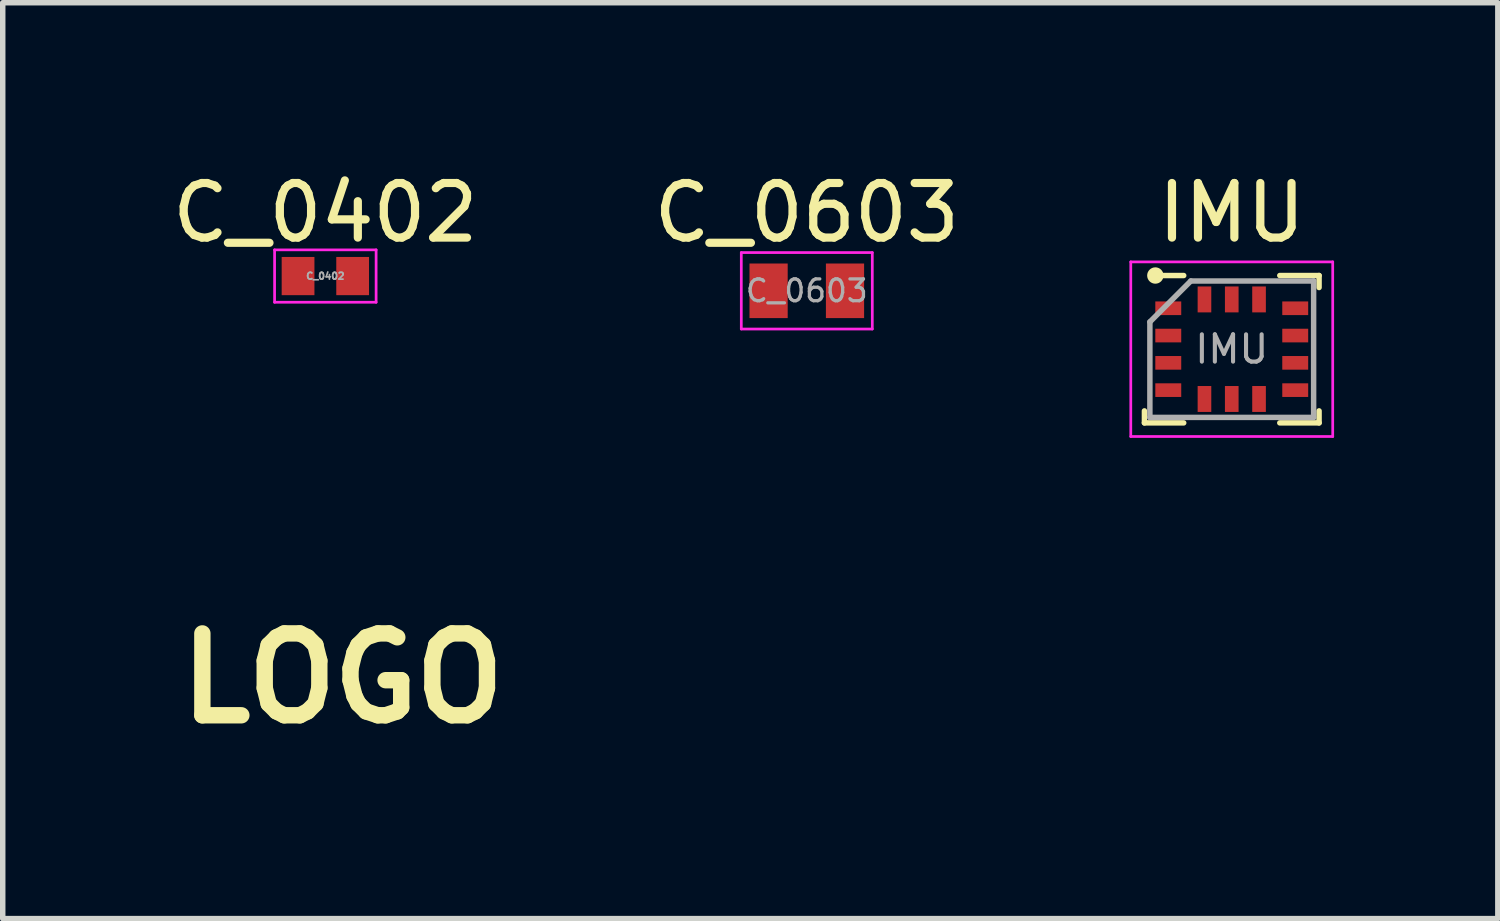
<source format=kicad_pcb>
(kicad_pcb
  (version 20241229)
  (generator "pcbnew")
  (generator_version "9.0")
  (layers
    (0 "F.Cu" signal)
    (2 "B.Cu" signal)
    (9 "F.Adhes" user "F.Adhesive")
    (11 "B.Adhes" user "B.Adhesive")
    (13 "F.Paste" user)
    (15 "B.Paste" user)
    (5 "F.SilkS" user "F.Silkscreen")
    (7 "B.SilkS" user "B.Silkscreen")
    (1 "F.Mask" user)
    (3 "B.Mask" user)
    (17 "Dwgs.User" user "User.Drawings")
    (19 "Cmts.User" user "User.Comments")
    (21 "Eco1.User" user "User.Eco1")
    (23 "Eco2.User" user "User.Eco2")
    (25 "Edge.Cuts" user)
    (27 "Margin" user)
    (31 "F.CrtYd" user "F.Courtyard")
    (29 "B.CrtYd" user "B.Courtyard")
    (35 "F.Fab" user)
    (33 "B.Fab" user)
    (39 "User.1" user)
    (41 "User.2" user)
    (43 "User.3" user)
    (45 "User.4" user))
  (footprint "C_0603"
    (layer "F.Cu")
    (at 11.732 2.278)
    (property "Reference" "C_0603" (at 0 -1.43 180) (layer "F.SilkS") (effects (font (size 1 1) (thickness 0.15))))
    (attr smd)
    (fp_line (start -1.2 -0.7) (end 1.2 -0.7) (stroke (width 0.05) (type solid)) (layer "F.CrtYd"))
    (fp_line (start -1.2 0.7) (end -1.2 -0.7) (stroke (width 0.05) (type solid)) (layer "F.CrtYd"))
    (fp_line (start 1.2 -0.7) (end 1.2 0.7) (stroke (width 0.05) (type solid)) (layer "F.CrtYd"))
    (fp_line (start 1.2 0.7) (end -1.2 0.7) (stroke (width 0.05) (type solid)) (layer "F.CrtYd"))
    (fp_text user "${REFERENCE}" (at 0 0 180) (layer "F.Fab") (effects (font (size 0.4 0.4) (thickness 0.06))))
    (pad "1" smd rect (at -0.7 0) (size 0.7 1) (layers "F.Cu" "F.Mask" "F.Paste"))
    (pad "2" smd rect (at 0.7 0) (size 0.7 1) (layers "F.Cu" "F.Mask" "F.Paste")))
  (footprint "IMU"
    (layer "F.Cu")
    (at 19.518 3.348)
    (property "Reference" "IMU" (at 0 -2.5 0) (layer "F.SilkS") (effects (font (size 1 1) (thickness 0.15))))
    (attr smd)
    (fp_line (start -1.6 1.35) (end -1.6 1.13) (stroke (width 0.1) (type solid)) (layer "F.SilkS"))
    (fp_line (start -1.6 1.35) (end -0.88 1.35) (stroke (width 0.1) (type solid)) (layer "F.SilkS"))
    (fp_line (start -1.4 -1.35) (end -0.88 -1.35) (stroke (width 0.1) (type solid)) (layer "F.SilkS"))
    (fp_line (start 0.88 -1.35) (end 1.6 -1.35) (stroke (width 0.1) (type solid)) (layer "F.SilkS"))
    (fp_line (start 1.6 -1.35) (end 1.6 -1.13) (stroke (width 0.1) (type solid)) (layer "F.SilkS"))
    (fp_line (start 1.6 1.13) (end 1.6 1.35) (stroke (width 0.1) (type solid)) (layer "F.SilkS"))
    (fp_line (start 1.6 1.35) (end 0.88 1.35) (stroke (width 0.1) (type solid)) (layer "F.SilkS"))
    (fp_circle (center -1.4 -1.35) (end -1.3 -1.35) (stroke (width 0.1) (type solid)) (fill yes) (layer "F.SilkS"))
    (fp_line (start -1.85 -1.6) (end 1.85 -1.6) (stroke (width 0.05) (type solid)) (layer "F.CrtYd"))
    (fp_line (start -1.85 1.6) (end -1.85 -1.6) (stroke (width 0.05) (type solid)) (layer "F.CrtYd"))
    (fp_line (start 1.85 -1.6) (end 1.85 1.6) (stroke (width 0.05) (type solid)) (layer "F.CrtYd"))
    (fp_line (start 1.85 1.6) (end -1.85 1.6) (stroke (width 0.05) (type solid)) (layer "F.CrtYd"))
    (fp_line (start -1.5 1.25) (end -1.5 -0.5) (stroke (width 0.1) (type solid)) (layer "F.Fab"))
    (fp_line (start -0.75 -1.25) (end -1.5 -0.5) (stroke (width 0.1) (type solid)) (layer "F.Fab"))
    (fp_line (start -0.75 -1.25) (end 1.5 -1.25) (stroke (width 0.1) (type solid)) (layer "F.Fab"))
    (fp_line (start 1.5 -1.25) (end 1.5 1.25) (stroke (width 0.1) (type solid)) (layer "F.Fab"))
    (fp_line (start 1.5 1.25) (end -1.5 1.25) (stroke (width 0.1) (type solid)) (layer "F.Fab"))
    (fp_text user "${REFERENCE}" (at 0 0 0) (layer "F.Fab") (effects (font (size 0.5 0.5) (thickness 0.075))))
    (pad "1" smd rect (at -1.163 -0.75) (size 0.475 0.25) (layers "F.Cu" "F.Mask" "F.Paste"))
    (pad "2" smd rect (at -1.163 -0.25) (size 0.475 0.25) (layers "F.Cu" "F.Mask" "F.Paste"))
    (pad "3" smd rect (at -1.163 0.25) (size 0.475 0.25) (layers "F.Cu" "F.Mask" "F.Paste"))
    (pad "4" smd rect (at -1.163 0.75) (size 0.475 0.25) (layers "F.Cu" "F.Mask" "F.Paste"))
    (pad "5" smd rect (at -0.5 0.912) (size 0.25 0.475) (layers "F.Cu" "F.Mask" "F.Paste"))
    (pad "6" smd rect (at 0 0.912) (size 0.25 0.475) (layers "F.Cu" "F.Mask" "F.Paste"))
    (pad "7" smd rect (at 0.5 0.912) (size 0.25 0.475) (layers "F.Cu" "F.Mask" "F.Paste"))
    (pad "8" smd rect (at 1.163 0.75) (size 0.475 0.25) (layers "F.Cu" "F.Mask" "F.Paste"))
    (pad "9" smd rect (at 1.163 0.25) (size 0.475 0.25) (layers "F.Cu" "F.Mask" "F.Paste"))
    (pad "10" smd rect (at 1.163 -0.25) (size 0.475 0.25) (layers "F.Cu" "F.Mask" "F.Paste"))
    (pad "11" smd rect (at 1.163 -0.75) (size 0.475 0.25) (layers "F.Cu" "F.Mask" "F.Paste"))
    (pad "12" smd rect (at 0.5 -0.912) (size 0.25 0.475) (layers "F.Cu" "F.Mask" "F.Paste"))
    (pad "13" smd rect (at 0 -0.912) (size 0.25 0.475) (layers "F.Cu" "F.Mask" "F.Paste"))
    (pad "14" smd rect (at -0.5 -0.912) (size 0.25 0.475) (layers "F.Cu" "F.Mask" "F.Paste"))
    (zone (net_name "") (layer "F.Cu") (hatch edge 0.5) (connect_pads) (min_thickness 0.25) (filled_areas_thickness no) (keepout (tracks allowed) (vias allowed) (pads allowed) (copperpour not_allowed) (footprints allowed)) (placement (enabled no)) (fill) (polygon (pts (xy 21.068 2.048) (xy 21.068 4.648) (xy 17.968 4.648) (xy 17.968 2.048)))))
  (footprint "LOGO"
    (layer "F.Cu")
    (at 3.229 9.377)
    (property "Reference" "LOGO" (at 0 0 0) (layer "F.SilkS") (effects (font (size 1.5 1.5) (thickness 0.3))))
    (attr board_only exclude_from_pos_files exclude_from_bom)
    (fp_poly (pts (xy -0.354 -1.269) (xy -0.25 -1.257) (xy -0.144 -1.236) (xy -0.036 -1.205) (xy 0.073 -1.166) (xy 0.182 -1.117) (xy 0.261 -1.077) (xy 0.286 -1.063) (xy 0.309 -1.05) (xy 0.327 -1.039) (xy 0.334 -1.035) (xy 0.348 -1.026) (xy 0.369 -1.013) (xy 0.392 -0.998) (xy 0.403 -0.99) (xy 0.5 -0.923) (xy 0.596 -0.846) (xy 0.691 -0.76) (xy 0.782 -0.667) (xy 0.869 -0.569) (xy 0.95 -0.466) (xy 0.992 -0.407) (xy 1.032 -0.345) (xy 1.073 -0.274) (xy 1.112 -0.2) (xy 1.148 -0.125) (xy 1.178 -0.054) (xy 1.186 -0.034) (xy 1.221 0.073) (xy 1.248 0.179) (xy 1.265 0.284) (xy 1.273 0.386) (xy 1.272 0.485) (xy 1.261 0.58) (xy 1.242 0.669) (xy 1.213 0.753) (xy 1.197 0.787) (xy 1.154 0.864) (xy 1.102 0.933) (xy 1.042 0.994) (xy 0.974 1.047) (xy 0.899 1.09) (xy 0.817 1.126) (xy 0.729 1.151) (xy 0.635 1.168) (xy 0.539 1.175) (xy 0.506 1.175) (xy 0.474 1.176) (xy 0.448 1.175) (xy 0.43 1.175) (xy 0.425 1.174) (xy 0.389 1.17) (xy 0.35 1.164) (xy 0.311 1.157) (xy 0.272 1.15) (xy 0.238 1.143) (xy 0.209 1.136) (xy 0.187 1.129) (xy 0.174 1.124) (xy 0.174 1.123) (xy 0.169 1.116) (xy 0.161 1.099) (xy 0.15 1.076) (xy 0.139 1.047) (xy 0.132 1.029) (xy 0.113 0.979) (xy 0.098 0.938) (xy 0.085 0.905) (xy 0.074 0.877) (xy 0.065 0.852) (xy 0.056 0.829) (xy 0.047 0.806) (xy 0.041 0.791) (xy 0.018 0.73) (xy 0.031 0.719) (xy 0.04 0.711) (xy 0.057 0.699) (xy 0.079 0.683) (xy 0.104 0.664) (xy 0.113 0.658) (xy 0.143 0.637) (xy 0.166 0.622) (xy 0.182 0.614) (xy 0.192 0.611) (xy 0.195 0.611) (xy 0.206 0.615) (xy 0.225 0.621) (xy 0.248 0.629) (xy 0.261 0.633) (xy 0.351 0.661) (xy 0.439 0.68) (xy 0.522 0.689) (xy 0.601 0.689) (xy 0.675 0.679) (xy 0.743 0.661) (xy 0.805 0.633) (xy 0.861 0.596) (xy 0.895 0.565) (xy 0.936 0.515) (xy 0.969 0.458) (xy 0.993 0.393) (xy 0.996 0.379) (xy 1.002 0.346) (xy 1.006 0.304) (xy 1.008 0.258) (xy 1.008 0.21) (xy 1.005 0.163) (xy 1.001 0.121) (xy 1 0.117) (xy 0.979 0.024) (xy 0.949 -0.071) (xy 0.908 -0.168) (xy 0.858 -0.265) (xy 0.799 -0.361) (xy 0.733 -0.455) (xy 0.66 -0.546) (xy 0.581 -0.634) (xy 0.496 -0.717) (xy 0.406 -0.794) (xy 0.312 -0.865) (xy 0.287 -0.882) (xy 0.182 -0.948) (xy 0.079 -1.003) (xy -0.024 -1.049) (xy -0.13 -1.086) (xy -0.239 -1.116) (xy -0.287 -1.126) (xy -0.337 -1.133) (xy -0.392 -1.138) (xy -0.452 -1.14) (xy -0.511 -1.14) (xy -0.568 -1.137) (xy -0.618 -1.131) (xy -0.644 -1.126) (xy -0.735 -1.101) (xy -0.817 -1.067) (xy -0.892 -1.025) (xy -0.958 -0.974) (xy -1.017 -0.914) (xy -1.068 -0.846) (xy -1.098 -0.797) (xy -1.13 -0.728) (xy -1.154 -0.651) (xy -1.17 -0.57) (xy -1.179 -0.486) (xy -1.178 -0.401) (xy -1.175 -0.359) (xy -1.173 -0.339) (xy -1.174 -0.329) (xy -1.177 -0.329) (xy -1.181 -0.338) (xy -1.185 -0.355) (xy -1.189 -0.377) (xy -1.192 -0.412) (xy -1.195 -0.455) (xy -1.195 -0.503) (xy -1.195 -0.552) (xy -1.193 -0.599) (xy -1.19 -0.64) (xy -1.186 -0.67) (xy -1.165 -0.764) (xy -1.134 -0.852) (xy -1.094 -0.934) (xy -1.076 -0.963) (xy -1.056 -0.99) (xy -1.03 -1.022) (xy -0.998 -1.055) (xy -0.965 -1.087) (xy -0.932 -1.117) (xy -0.902 -1.14) (xy -0.893 -1.146) (xy -0.817 -1.19) (xy -0.734 -1.224) (xy -0.646 -1.25) (xy -0.553 -1.265) (xy -0.456 -1.272)) (stroke (width 0) (type solid)) (fill yes) (layer "F.Mask"))
    (fp_poly (pts (xy -0.432 -0.279) (xy -0.403 -0.268) (xy -0.385 -0.253) (xy -0.379 -0.246) (xy -0.373 -0.236) (xy -0.366 -0.222) (xy -0.358 -0.203) (xy -0.348 -0.179) (xy -0.337 -0.148) (xy -0.323 -0.111) (xy -0.308 -0.066) (xy -0.29 -0.012) (xy -0.269 0.051) (xy -0.245 0.124) (xy -0.234 0.157) (xy -0.225 0.184) (xy -0.216 0.207) (xy -0.209 0.223) (xy -0.205 0.231) (xy -0.205 0.232) (xy -0.198 0.233) (xy -0.181 0.233) (xy -0.154 0.234) (xy -0.119 0.235) (xy -0.078 0.236) (xy -0.031 0.237) (xy 0.019 0.238) (xy 0.045 0.238) (xy 0.099 0.239) (xy 0.149 0.24) (xy 0.194 0.241) (xy 0.234 0.242) (xy 0.267 0.244) (xy 0.291 0.245) (xy 0.306 0.246) (xy 0.309 0.247) (xy 0.325 0.255) (xy 0.341 0.268) (xy 0.345 0.273) (xy 0.355 0.285) (xy 0.361 0.297) (xy 0.363 0.312) (xy 0.363 0.334) (xy 0.362 0.359) (xy 0.359 0.376) (xy 0.353 0.386) (xy 0.349 0.39) (xy 0.342 0.396) (xy 0.332 0.404) (xy 0.317 0.415) (xy 0.297 0.43) (xy 0.271 0.449) (xy 0.239 0.472) (xy 0.2 0.5) (xy 0.154 0.533) (xy 0.1 0.573) (xy 0.036 0.618) (xy 0.034 0.62) (xy 0.002 0.642) (xy -0.025 0.663) (xy -0.048 0.681) (xy -0.065 0.694) (xy -0.074 0.703) (xy -0.076 0.705) (xy -0.076 0.707) (xy -0.075 0.71) (xy -0.074 0.715) (xy -0.072 0.722) (xy -0.068 0.732) (xy -0.062 0.748) (xy -0.054 0.769) (xy -0.044 0.797) (xy -0.03 0.833) (xy -0.013 0.878) (xy 0.007 0.932) (xy 0.024 0.977) (xy 0.04 1.02) (xy 0.055 1.061) (xy 0.068 1.095) (xy 0.077 1.124) (xy 0.084 1.143) (xy 0.086 1.149) (xy 0.096 1.188) (xy 0.082 1.217) (xy 0.063 1.245) (xy 0.04 1.263) (xy 0.011 1.271) (xy -0.004 1.272) (xy -0.025 1.271) (xy -0.042 1.268) (xy -0.048 1.265) (xy -0.056 1.26) (xy -0.074 1.248) (xy -0.101 1.23) (xy -0.135 1.205) (xy -0.178 1.176) (xy -0.228 1.14) (xy -0.285 1.1) (xy -0.348 1.055) (xy -0.372 1.038) (xy -0.398 1.02) (xy -0.421 1.004) (xy -0.439 0.993) (xy -0.451 0.986) (xy -0.454 0.985) (xy -0.46 0.988) (xy -0.475 0.997) (xy -0.495 1.011) (xy -0.52 1.028) (xy -0.539 1.041) (xy -0.602 1.086) (xy -0.655 1.124) (xy -0.701 1.157) (xy -0.739 1.184) (xy -0.77 1.206) (xy -0.796 1.223) (xy -0.816 1.237) (xy -0.831 1.247) (xy -0.842 1.255) (xy -0.85 1.26) (xy -0.854 1.262) (xy -0.878 1.27) (xy -0.905 1.271) (xy -0.932 1.268) (xy -0.952 1.259) (xy -0.974 1.241) (xy -0.987 1.222) (xy -0.992 1.199) (xy -0.993 1.178) (xy -0.993 1.17) (xy -0.993 1.161) (xy -0.992 1.152) (xy -0.99 1.142) (xy -0.987 1.129) (xy -0.983 1.112) (xy -0.976 1.091) (xy -0.968 1.065) (xy -0.958 1.032) (xy -0.945 0.992) (xy -0.93 0.944) (xy -0.911 0.888) (xy -0.889 0.821) (xy -0.881 0.795) (xy -0.871 0.763) (xy -0.862 0.736) (xy -0.855 0.714) (xy -0.851 0.699) (xy -0.851 0.695) (xy -0.856 0.691) (xy -0.869 0.681) (xy -0.887 0.668) (xy -0.905 0.654) (xy -0.932 0.635) (xy -0.964 0.612) (xy -0.996 0.588) (xy -1.023 0.569) (xy -1.052 0.548) (xy -1.086 0.522) (xy -1.122 0.496) (xy -1.157 0.471) (xy -1.166 0.464) (xy -1.194 0.443) (xy -1.219 0.423) (xy -1.24 0.406) (xy -1.254 0.393) (xy -1.259 0.387) (xy -1.269 0.362) (xy -1.272 0.332) (xy -1.268 0.303) (xy -1.257 0.281) (xy -1.251 0.272) (xy -1.245 0.264) (xy -1.238 0.258) (xy -1.229 0.253) (xy -1.216 0.249) (xy -1.2 0.246) (xy -1.178 0.244) (xy -1.149 0.242) (xy -1.113 0.241) (xy -1.069 0.24) (xy -1.015 0.24) (xy -0.954 0.239) (xy -0.901 0.238) (xy -0.852 0.238) (xy -0.807 0.237) (xy -0.769 0.236) (xy -0.738 0.235) (xy -0.715 0.234) (xy -0.702 0.234) (xy -0.7 0.233) (xy -0.697 0.227) (xy -0.692 0.211) (xy -0.683 0.186) (xy -0.672 0.154) (xy -0.658 0.115) (xy -0.643 0.071) (xy -0.627 0.022) (xy -0.618 -0.004) (xy -0.598 -0.062) (xy -0.582 -0.109) (xy -0.569 -0.148) (xy -0.558 -0.178) (xy -0.549 -0.202) (xy -0.542 -0.22) (xy -0.535 -0.234) (xy -0.53 -0.243) (xy -0.525 -0.25) (xy -0.52 -0.256) (xy -0.519 -0.256) (xy -0.493 -0.273) (xy -0.463 -0.281)) (stroke (width 0) (type solid)) (fill yes) (layer "F.Mask")))
  (footprint "C_0402"
    (layer "F.Cu")
    (at 2.911 2.008)
    (property "Reference" "C_0402" (at 0 -1.16 0) (layer "F.SilkS") (effects (font (size 1 1) (thickness 0.15))))
    (attr smd)
    (fp_line (start -0.93 -0.48) (end 0.93 -0.48) (stroke (width 0.05) (type solid)) (layer "F.CrtYd"))
    (fp_line (start -0.93 0.48) (end -0.93 -0.48) (stroke (width 0.05) (type solid)) (layer "F.CrtYd"))
    (fp_line (start 0.93 -0.48) (end 0.93 0.48) (stroke (width 0.05) (type solid)) (layer "F.CrtYd"))
    (fp_line (start 0.93 0.48) (end -0.93 0.48) (stroke (width 0.05) (type solid)) (layer "F.CrtYd"))
    (fp_text user "${REFERENCE}" (at 0 0 0) (layer "F.Fab") (effects (font (size 0.125 0.125) (thickness 0.031))))
    (pad "1" smd rect (at -0.5 0) (size 0.6 0.7) (layers "F.Cu" "F.Mask" "F.Paste"))
    (pad "2" smd rect (at 0.5 0) (size 0.6 0.7) (layers "F.Cu" "F.Mask" "F.Paste")))
  (gr_rect
    (start -3 -3)
    (end 24.393 13.781)
    (stroke (width 0.1) (type default))
    (fill no)
    (layer "Edge.Cuts")))
</source>
